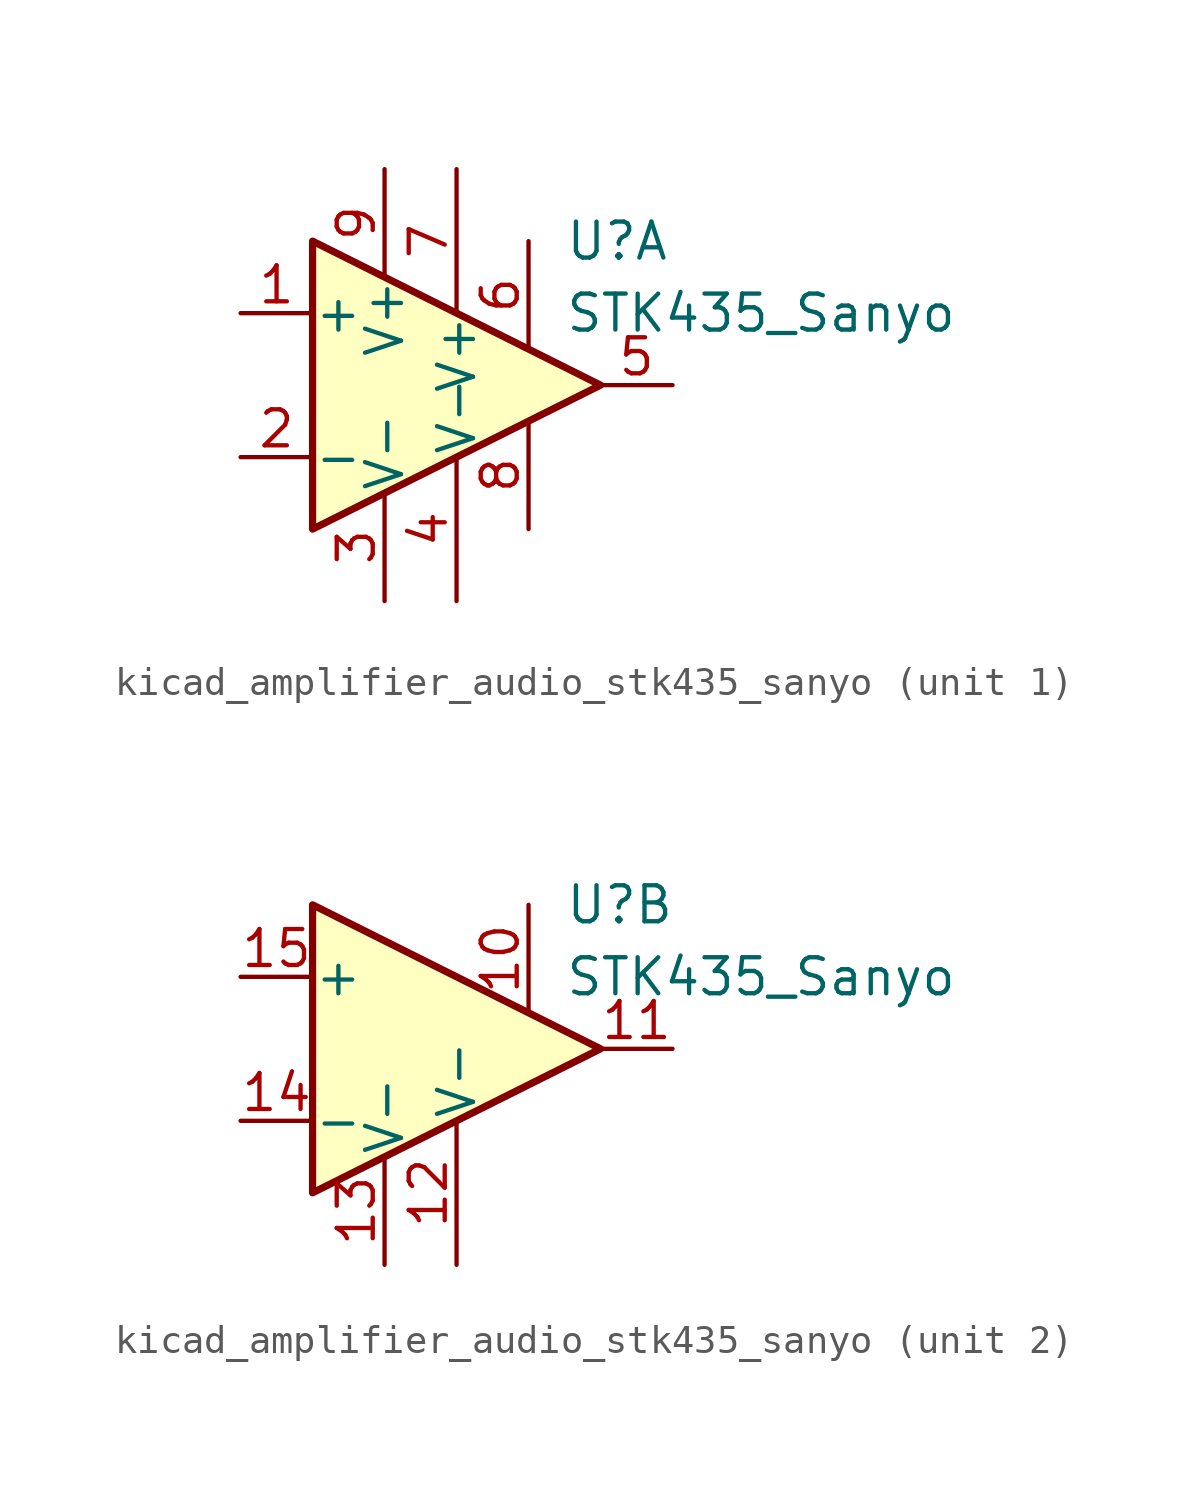
<source format=kicad_sym>
(kicad_symbol_lib
  (version 20220914)
  (generator kicad_symbol_editor)
  (symbol "kicad_amplifier_audio_stk435_sanyo"
    (pin_names
      (offset 0.025))
    (property "Reference" "U"
      (at 3.81 5.08 0)
      (effects (font (size 1.27 1.27)) (justify left)))
    (property "Value" "STK435_Sanyo"
      (at 3.81 2.54 0)
      (effects (font (size 1.27 1.27)) (justify left)))
    (symbol "kicad_amplifier_audio_stk435_sanyo_0_1"
      (polyline (pts (xy -5.08 5.08) (xy 5.08 0) (xy -5.08 -5.08) (xy -5.08 5.08)) (stroke (width 0.254) (type default)) (fill (type background))))
    (symbol "kicad_amplifier_audio_stk435_sanyo_1_1"
      (pin input line (at -7.62 2.54 0) (length 2.54) (name "+" (effects (font (size 1.27 1.27)))) (number "1" (effects (font (size 1.27 1.27)))))
      (pin input line (at -7.62 -2.54 0) (length 2.54) (name "-" (effects (font (size 1.27 1.27)))) (number "2" (effects (font (size 1.27 1.27)))))
      (pin power_in line (at -2.54 -7.62 90) (length 3.81) (name "V-" (effects (font (size 1.27 1.27)))) (number "3" (effects (font (size 1.27 1.27)))))
      (pin power_in line (at 0 -7.62 90) (length 5.08) (name "V-" (effects (font (size 1.27 1.27)))) (number "4" (effects (font (size 1.27 1.27)))))
      (pin output line (at 7.62 0 180) (length 2.54) (name "~" (effects (font (size 1.27 1.27)))) (number "5" (effects (font (size 1.27 1.27)))))
      (pin passive line (at 2.54 5.08 270) (length 3.81) (name "~" (effects (font (size 1.27 1.27)))) (number "6" (effects (font (size 1.27 1.27)))))
      (pin power_in line (at 0 7.62 270) (length 5.08) (name "V+" (effects (font (size 1.27 1.27)))) (number "7" (effects (font (size 1.27 1.27)))))
      (pin power_in line (at 2.54 -5.08 90) (length 3.81) (name "~" (effects (font (size 1.27 1.27)))) (number "8" (effects (font (size 1.27 1.27)))))
      (pin power_in line (at -2.54 7.62 270) (length 3.81) (name "V+" (effects (font (size 1.27 1.27)))) (number "9" (effects (font (size 1.27 1.27))))))
    (symbol "kicad_amplifier_audio_stk435_sanyo_2_1"
      (pin passive line (at 2.54 5.08 270) (length 3.81) (name "~" (effects (font (size 1.27 1.27)))) (number "10" (effects (font (size 1.27 1.27)))))
      (pin output line (at 7.62 0 180) (length 2.54) (name "~" (effects (font (size 1.27 1.27)))) (number "11" (effects (font (size 1.27 1.27)))))
      (pin power_in line (at 0 -7.62 90) (length 5.08) (name "V-" (effects (font (size 1.27 1.27)))) (number "12" (effects (font (size 1.27 1.27)))))
      (pin power_in line (at -2.54 -7.62 90) (length 3.81) (name "V-" (effects (font (size 1.27 1.27)))) (number "13" (effects (font (size 1.27 1.27)))))
      (pin input line (at -7.62 -2.54 0) (length 2.54) (name "-" (effects (font (size 1.27 1.27)))) (number "14" (effects (font (size 1.27 1.27)))))
      (pin input line (at -7.62 2.54 0) (length 2.54) (name "+" (effects (font (size 1.27 1.27)))) (number "15" (effects (font (size 1.27 1.27))))))))
</source>
